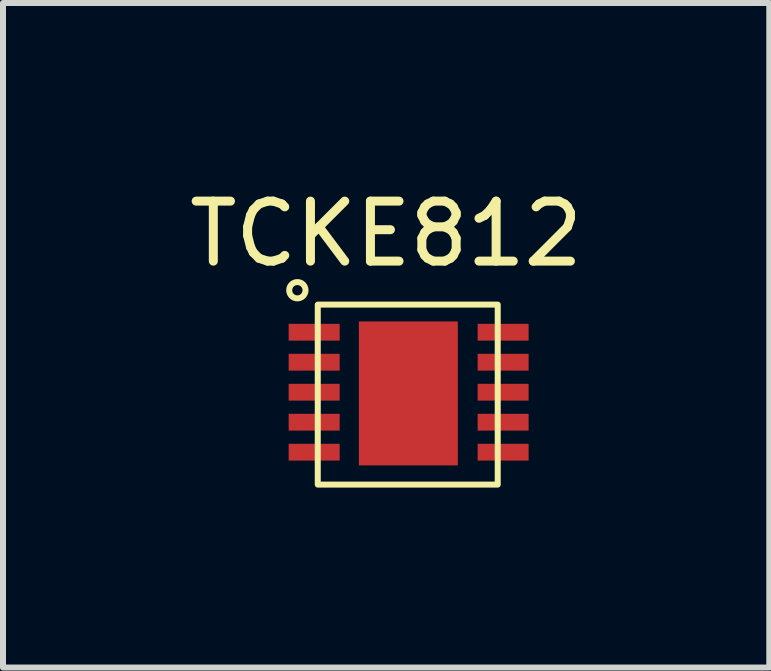
<source format=kicad_pcb>
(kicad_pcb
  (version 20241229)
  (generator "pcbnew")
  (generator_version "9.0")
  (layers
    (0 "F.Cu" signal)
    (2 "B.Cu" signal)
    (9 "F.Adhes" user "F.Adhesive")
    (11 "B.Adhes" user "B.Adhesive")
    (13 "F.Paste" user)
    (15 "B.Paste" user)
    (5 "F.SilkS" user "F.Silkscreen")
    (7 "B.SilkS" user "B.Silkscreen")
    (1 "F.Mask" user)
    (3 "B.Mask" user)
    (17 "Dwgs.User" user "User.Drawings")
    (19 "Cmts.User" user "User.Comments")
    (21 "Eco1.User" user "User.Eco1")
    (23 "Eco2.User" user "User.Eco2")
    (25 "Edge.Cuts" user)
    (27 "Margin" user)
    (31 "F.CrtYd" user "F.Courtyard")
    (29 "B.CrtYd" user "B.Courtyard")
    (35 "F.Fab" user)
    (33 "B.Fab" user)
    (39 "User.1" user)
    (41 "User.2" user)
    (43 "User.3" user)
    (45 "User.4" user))
  (footprint "TCKE812"
    (layer "F.Cu")
    (at 3.757 3.508)
    (property "Reference" "TCKE812" (at -0.37 -2.66 0) (layer "F.SilkS") (effects (font (size 1 1) (thickness 0.15))))
    (attr smd)
    (fp_rect (start -1.51 -1.48) (end 1.49 1.52) (stroke (width 0.1) (type solid)) (fill no) (layer "F.SilkS"))
    (fp_circle (center -1.85 -1.72) (end -1.77 -1.61) (stroke (width 0.1) (type default)) (fill no) (layer "F.SilkS"))
    (pad "1" smd rect (at -1.57 -1.02 270) (size 0.28 0.85) (layers "F.Cu" "F.Mask" "F.Paste"))
    (pad "2" smd rect (at -1.57 -0.52 270) (size 0.28 0.85) (layers "F.Cu" "F.Mask" "F.Paste"))
    (pad "3" smd rect (at -1.57 -0.02 270) (size 0.28 0.85) (layers "F.Cu" "F.Mask" "F.Paste"))
    (pad "4" smd rect (at -1.57 0.48 270) (size 0.28 0.85) (layers "F.Cu" "F.Mask" "F.Paste"))
    (pad "5" smd rect (at -1.57 0.98 270) (size 0.28 0.85) (layers "F.Cu" "F.Mask" "F.Paste"))
    (pad "6" smd rect (at 1.58 0.98 270) (size 0.28 0.85) (layers "F.Cu" "F.Mask" "F.Paste"))
    (pad "7" smd rect (at 1.58 0.48 270) (size 0.28 0.85) (layers "F.Cu" "F.Mask" "F.Paste"))
    (pad "8" smd rect (at 1.58 -0.02 270) (size 0.28 0.85) (layers "F.Cu" "F.Mask" "F.Paste"))
    (pad "9" smd rect (at 1.58 -0.52 270) (size 0.28 0.85) (layers "F.Cu" "F.Mask" "F.Paste"))
    (pad "10" smd rect (at 1.58 -1.02 270) (size 0.28 0.85) (layers "F.Cu" "F.Mask" "F.Paste"))
    (pad "11" smd rect (at 0 0 180) (size 1.65 2.4) (layers "F.Cu" "F.Mask" "F.Paste")))
  (gr_rect
    (start -3 -3)
    (end 9.774 8.078)
    (stroke (width 0.1) (type default))
    (fill no)
    (layer "Edge.Cuts")))
</source>
